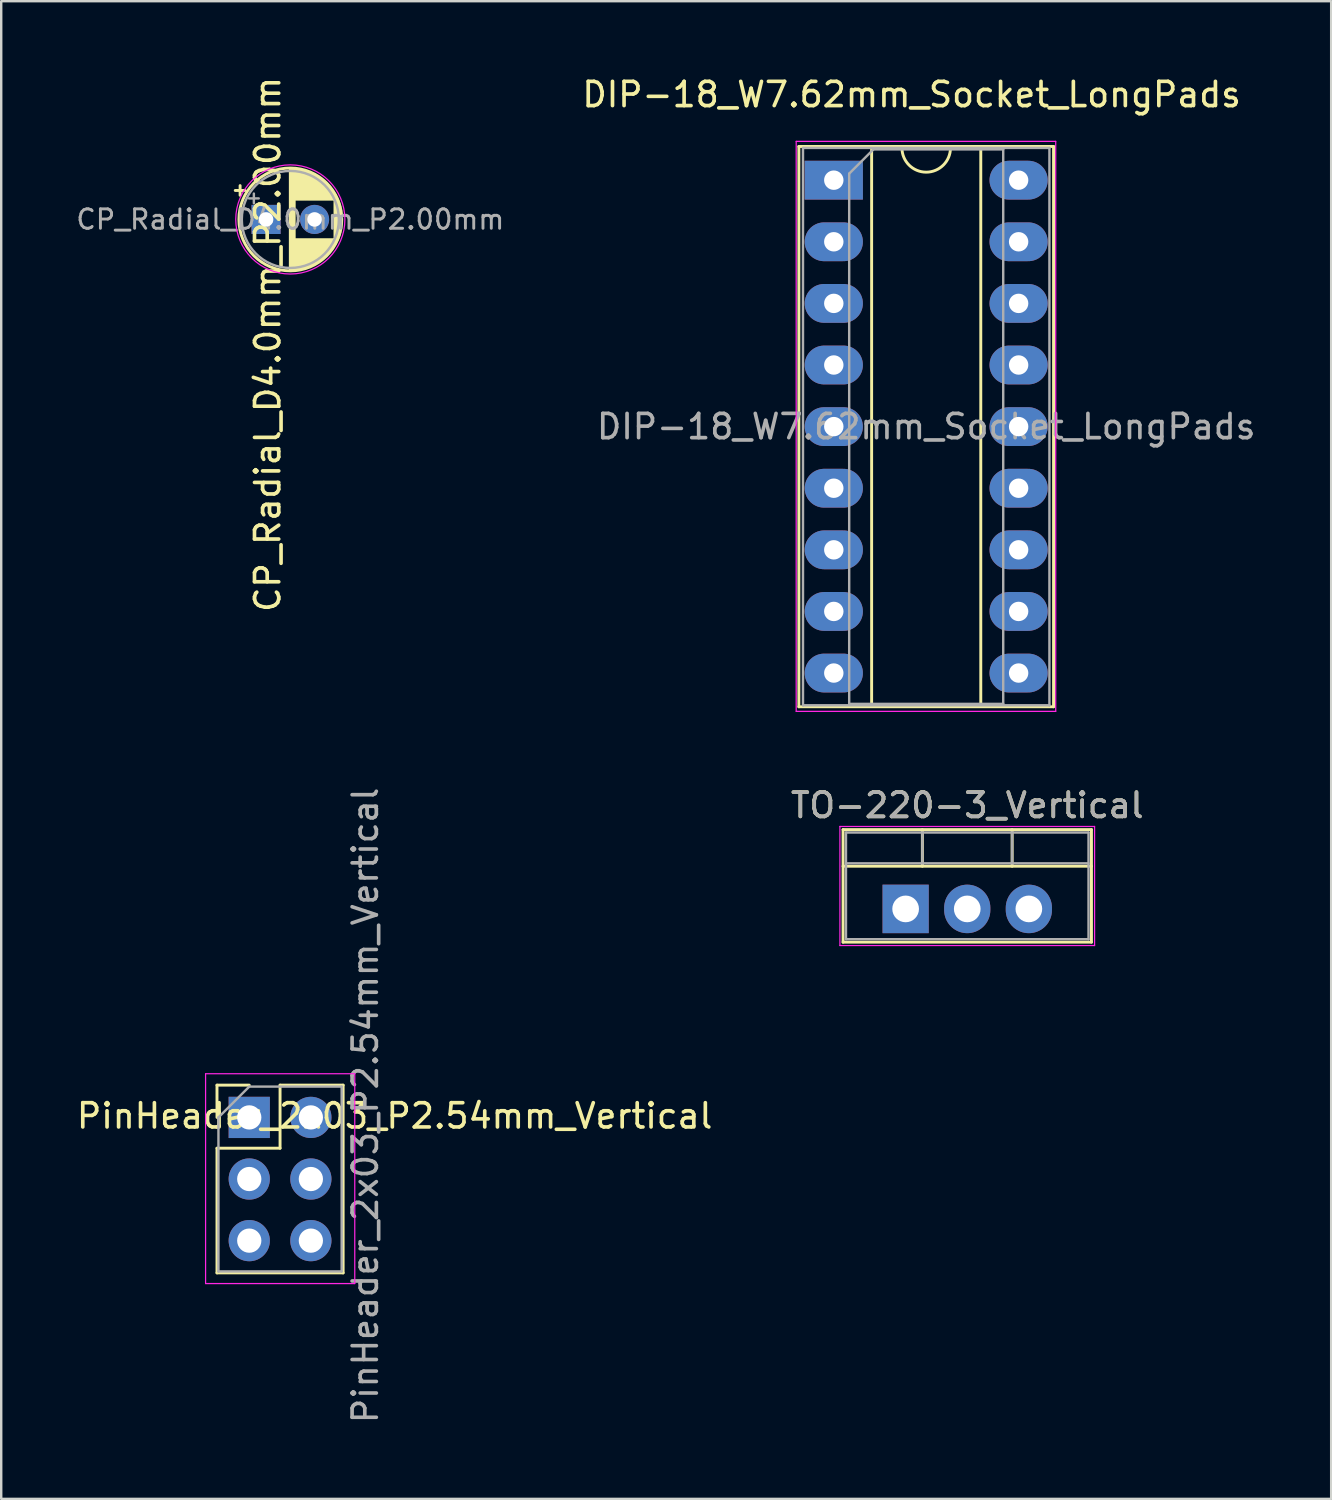
<source format=kicad_pcb>
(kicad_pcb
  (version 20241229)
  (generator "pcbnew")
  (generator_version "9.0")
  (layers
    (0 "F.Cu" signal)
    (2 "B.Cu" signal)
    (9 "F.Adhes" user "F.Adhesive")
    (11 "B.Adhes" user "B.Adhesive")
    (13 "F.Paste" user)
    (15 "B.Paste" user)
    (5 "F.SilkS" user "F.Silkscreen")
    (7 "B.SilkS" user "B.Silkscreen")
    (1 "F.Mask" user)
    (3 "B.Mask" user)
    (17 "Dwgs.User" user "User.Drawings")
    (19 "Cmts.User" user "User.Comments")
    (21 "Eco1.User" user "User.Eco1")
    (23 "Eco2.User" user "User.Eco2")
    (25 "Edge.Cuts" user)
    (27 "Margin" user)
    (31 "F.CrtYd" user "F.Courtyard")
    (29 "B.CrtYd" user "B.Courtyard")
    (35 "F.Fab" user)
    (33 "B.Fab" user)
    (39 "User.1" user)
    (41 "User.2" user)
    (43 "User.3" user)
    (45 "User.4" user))
  (footprint "CP_Radial_D4.0mm_P2.00mm"
    (layer "F.Cu")
    (at 7.919 5.997)
    (property "Reference" "CP_Radial_D4.0mm_P2.00mm" (at 0.068 5.152 90) (layer "F.SilkS") (effects (font (size 1 1) (thickness 0.15))))
    (attr through_hole)
    (fp_line (start -1.27 -1.195) (end -0.87 -1.195) (stroke (width 0.12) (type solid)) (layer "F.SilkS"))
    (fp_line (start -1.07 -1.395) (end -1.07 -0.995) (stroke (width 0.12) (type solid)) (layer "F.SilkS"))
    (fp_line (start 1 -2.08) (end 1 2.08) (stroke (width 0.12) (type solid)) (layer "F.SilkS"))
    (fp_line (start 1.04 -2.08) (end 1.04 2.08) (stroke (width 0.12) (type solid)) (layer "F.SilkS"))
    (fp_line (start 1.08 -2.079) (end 1.08 2.079) (stroke (width 0.12) (type solid)) (layer "F.SilkS"))
    (fp_line (start 1.12 -2.077) (end 1.12 2.077) (stroke (width 0.12) (type solid)) (layer "F.SilkS"))
    (fp_line (start 1.16 -2.074) (end 1.16 2.074) (stroke (width 0.12) (type solid)) (layer "F.SilkS"))
    (fp_line (start 1.2 -2.071) (end 1.2 -0.84) (stroke (width 0.12) (type solid)) (layer "F.SilkS"))
    (fp_line (start 1.2 0.84) (end 1.2 2.071) (stroke (width 0.12) (type solid)) (layer "F.SilkS"))
    (fp_line (start 1.24 -2.067) (end 1.24 -0.84) (stroke (width 0.12) (type solid)) (layer "F.SilkS"))
    (fp_line (start 1.24 0.84) (end 1.24 2.067) (stroke (width 0.12) (type solid)) (layer "F.SilkS"))
    (fp_line (start 1.28 -2.062) (end 1.28 -0.84) (stroke (width 0.12) (type solid)) (layer "F.SilkS"))
    (fp_line (start 1.28 0.84) (end 1.28 2.062) (stroke (width 0.12) (type solid)) (layer "F.SilkS"))
    (fp_line (start 1.32 -2.056) (end 1.32 -0.84) (stroke (width 0.12) (type solid)) (layer "F.SilkS"))
    (fp_line (start 1.32 0.84) (end 1.32 2.056) (stroke (width 0.12) (type solid)) (layer "F.SilkS"))
    (fp_line (start 1.36 -2.05) (end 1.36 -0.84) (stroke (width 0.12) (type solid)) (layer "F.SilkS"))
    (fp_line (start 1.36 0.84) (end 1.36 2.05) (stroke (width 0.12) (type solid)) (layer "F.SilkS"))
    (fp_line (start 1.4 -2.042) (end 1.4 -0.84) (stroke (width 0.12) (type solid)) (layer "F.SilkS"))
    (fp_line (start 1.4 0.84) (end 1.4 2.042) (stroke (width 0.12) (type solid)) (layer "F.SilkS"))
    (fp_line (start 1.44 -2.034) (end 1.44 -0.84) (stroke (width 0.12) (type solid)) (layer "F.SilkS"))
    (fp_line (start 1.44 0.84) (end 1.44 2.034) (stroke (width 0.12) (type solid)) (layer "F.SilkS"))
    (fp_line (start 1.48 -2.025) (end 1.48 -0.84) (stroke (width 0.12) (type solid)) (layer "F.SilkS"))
    (fp_line (start 1.48 0.84) (end 1.48 2.025) (stroke (width 0.12) (type solid)) (layer "F.SilkS"))
    (fp_line (start 1.52 -2.016) (end 1.52 -0.84) (stroke (width 0.12) (type solid)) (layer "F.SilkS"))
    (fp_line (start 1.52 0.84) (end 1.52 2.016) (stroke (width 0.12) (type solid)) (layer "F.SilkS"))
    (fp_line (start 1.56 -2.005) (end 1.56 -0.84) (stroke (width 0.12) (type solid)) (layer "F.SilkS"))
    (fp_line (start 1.56 0.84) (end 1.56 2.005) (stroke (width 0.12) (type solid)) (layer "F.SilkS"))
    (fp_line (start 1.6 -1.994) (end 1.6 -0.84) (stroke (width 0.12) (type solid)) (layer "F.SilkS"))
    (fp_line (start 1.6 0.84) (end 1.6 1.994) (stroke (width 0.12) (type solid)) (layer "F.SilkS"))
    (fp_line (start 1.64 -1.982) (end 1.64 -0.84) (stroke (width 0.12) (type solid)) (layer "F.SilkS"))
    (fp_line (start 1.64 0.84) (end 1.64 1.982) (stroke (width 0.12) (type solid)) (layer "F.SilkS"))
    (fp_line (start 1.68 -1.968) (end 1.68 -0.84) (stroke (width 0.12) (type solid)) (layer "F.SilkS"))
    (fp_line (start 1.68 0.84) (end 1.68 1.968) (stroke (width 0.12) (type solid)) (layer "F.SilkS"))
    (fp_line (start 1.721 -1.954) (end 1.721 -0.84) (stroke (width 0.12) (type solid)) (layer "F.SilkS"))
    (fp_line (start 1.721 0.84) (end 1.721 1.954) (stroke (width 0.12) (type solid)) (layer "F.SilkS"))
    (fp_line (start 1.761 -1.94) (end 1.761 -0.84) (stroke (width 0.12) (type solid)) (layer "F.SilkS"))
    (fp_line (start 1.761 0.84) (end 1.761 1.94) (stroke (width 0.12) (type solid)) (layer "F.SilkS"))
    (fp_line (start 1.801 -1.924) (end 1.801 -0.84) (stroke (width 0.12) (type solid)) (layer "F.SilkS"))
    (fp_line (start 1.801 0.84) (end 1.801 1.924) (stroke (width 0.12) (type solid)) (layer "F.SilkS"))
    (fp_line (start 1.841 -1.907) (end 1.841 -0.84) (stroke (width 0.12) (type solid)) (layer "F.SilkS"))
    (fp_line (start 1.841 0.84) (end 1.841 1.907) (stroke (width 0.12) (type solid)) (layer "F.SilkS"))
    (fp_line (start 1.881 -1.889) (end 1.881 -0.84) (stroke (width 0.12) (type solid)) (layer "F.SilkS"))
    (fp_line (start 1.881 0.84) (end 1.881 1.889) (stroke (width 0.12) (type solid)) (layer "F.SilkS"))
    (fp_line (start 1.921 -1.87) (end 1.921 -0.84) (stroke (width 0.12) (type solid)) (layer "F.SilkS"))
    (fp_line (start 1.921 0.84) (end 1.921 1.87) (stroke (width 0.12) (type solid)) (layer "F.SilkS"))
    (fp_line (start 1.961 -1.851) (end 1.961 -0.84) (stroke (width 0.12) (type solid)) (layer "F.SilkS"))
    (fp_line (start 1.961 0.84) (end 1.961 1.851) (stroke (width 0.12) (type solid)) (layer "F.SilkS"))
    (fp_line (start 2.001 -1.83) (end 2.001 -0.84) (stroke (width 0.12) (type solid)) (layer "F.SilkS"))
    (fp_line (start 2.001 0.84) (end 2.001 1.83) (stroke (width 0.12) (type solid)) (layer "F.SilkS"))
    (fp_line (start 2.041 -1.808) (end 2.041 -0.84) (stroke (width 0.12) (type solid)) (layer "F.SilkS"))
    (fp_line (start 2.041 0.84) (end 2.041 1.808) (stroke (width 0.12) (type solid)) (layer "F.SilkS"))
    (fp_line (start 2.081 -1.785) (end 2.081 -0.84) (stroke (width 0.12) (type solid)) (layer "F.SilkS"))
    (fp_line (start 2.081 0.84) (end 2.081 1.785) (stroke (width 0.12) (type solid)) (layer "F.SilkS"))
    (fp_line (start 2.121 -1.76) (end 2.121 -0.84) (stroke (width 0.12) (type solid)) (layer "F.SilkS"))
    (fp_line (start 2.121 0.84) (end 2.121 1.76) (stroke (width 0.12) (type solid)) (layer "F.SilkS"))
    (fp_line (start 2.161 -1.735) (end 2.161 -0.84) (stroke (width 0.12) (type solid)) (layer "F.SilkS"))
    (fp_line (start 2.161 0.84) (end 2.161 1.735) (stroke (width 0.12) (type solid)) (layer "F.SilkS"))
    (fp_line (start 2.201 -1.708) (end 2.201 -0.84) (stroke (width 0.12) (type solid)) (layer "F.SilkS"))
    (fp_line (start 2.201 0.84) (end 2.201 1.708) (stroke (width 0.12) (type solid)) (layer "F.SilkS"))
    (fp_line (start 2.241 -1.68) (end 2.241 -0.84) (stroke (width 0.12) (type solid)) (layer "F.SilkS"))
    (fp_line (start 2.241 0.84) (end 2.241 1.68) (stroke (width 0.12) (type solid)) (layer "F.SilkS"))
    (fp_line (start 2.281 -1.65) (end 2.281 -0.84) (stroke (width 0.12) (type solid)) (layer "F.SilkS"))
    (fp_line (start 2.281 0.84) (end 2.281 1.65) (stroke (width 0.12) (type solid)) (layer "F.SilkS"))
    (fp_line (start 2.321 -1.619) (end 2.321 -0.84) (stroke (width 0.12) (type solid)) (layer "F.SilkS"))
    (fp_line (start 2.321 0.84) (end 2.321 1.619) (stroke (width 0.12) (type solid)) (layer "F.SilkS"))
    (fp_line (start 2.361 -1.587) (end 2.361 -0.84) (stroke (width 0.12) (type solid)) (layer "F.SilkS"))
    (fp_line (start 2.361 0.84) (end 2.361 1.587) (stroke (width 0.12) (type solid)) (layer "F.SilkS"))
    (fp_line (start 2.401 -1.552) (end 2.401 -0.84) (stroke (width 0.12) (type solid)) (layer "F.SilkS"))
    (fp_line (start 2.401 0.84) (end 2.401 1.552) (stroke (width 0.12) (type solid)) (layer "F.SilkS"))
    (fp_line (start 2.441 -1.516) (end 2.441 -0.84) (stroke (width 0.12) (type solid)) (layer "F.SilkS"))
    (fp_line (start 2.441 0.84) (end 2.441 1.516) (stroke (width 0.12) (type solid)) (layer "F.SilkS"))
    (fp_line (start 2.481 -1.478) (end 2.481 -0.84) (stroke (width 0.12) (type solid)) (layer "F.SilkS"))
    (fp_line (start 2.481 0.84) (end 2.481 1.478) (stroke (width 0.12) (type solid)) (layer "F.SilkS"))
    (fp_line (start 2.521 -1.438) (end 2.521 -0.84) (stroke (width 0.12) (type solid)) (layer "F.SilkS"))
    (fp_line (start 2.521 0.84) (end 2.521 1.438) (stroke (width 0.12) (type solid)) (layer "F.SilkS"))
    (fp_line (start 2.561 -1.396) (end 2.561 -0.84) (stroke (width 0.12) (type solid)) (layer "F.SilkS"))
    (fp_line (start 2.561 0.84) (end 2.561 1.396) (stroke (width 0.12) (type solid)) (layer "F.SilkS"))
    (fp_line (start 2.601 -1.351) (end 2.601 -0.84) (stroke (width 0.12) (type solid)) (layer "F.SilkS"))
    (fp_line (start 2.601 0.84) (end 2.601 1.351) (stroke (width 0.12) (type solid)) (layer "F.SilkS"))
    (fp_line (start 2.641 -1.304) (end 2.641 -0.84) (stroke (width 0.12) (type solid)) (layer "F.SilkS"))
    (fp_line (start 2.641 0.84) (end 2.641 1.304) (stroke (width 0.12) (type solid)) (layer "F.SilkS"))
    (fp_line (start 2.681 -1.254) (end 2.681 -0.84) (stroke (width 0.12) (type solid)) (layer "F.SilkS"))
    (fp_line (start 2.681 0.84) (end 2.681 1.254) (stroke (width 0.12) (type solid)) (layer "F.SilkS"))
    (fp_line (start 2.721 -1.2) (end 2.721 -0.84) (stroke (width 0.12) (type solid)) (layer "F.SilkS"))
    (fp_line (start 2.721 0.84) (end 2.721 1.2) (stroke (width 0.12) (type solid)) (layer "F.SilkS"))
    (fp_line (start 2.761 -1.142) (end 2.761 -0.84) (stroke (width 0.12) (type solid)) (layer "F.SilkS"))
    (fp_line (start 2.761 0.84) (end 2.761 1.142) (stroke (width 0.12) (type solid)) (layer "F.SilkS"))
    (fp_line (start 2.801 -1.08) (end 2.801 -0.84) (stroke (width 0.12) (type solid)) (layer "F.SilkS"))
    (fp_line (start 2.801 0.84) (end 2.801 1.08) (stroke (width 0.12) (type solid)) (layer "F.SilkS"))
    (fp_line (start 2.841 -1.013) (end 2.841 1.013) (stroke (width 0.12) (type solid)) (layer "F.SilkS"))
    (fp_line (start 2.881 -0.94) (end 2.881 0.94) (stroke (width 0.12) (type solid)) (layer "F.SilkS"))
    (fp_line (start 2.921 -0.859) (end 2.921 0.859) (stroke (width 0.12) (type solid)) (layer "F.SilkS"))
    (fp_line (start 2.961 -0.768) (end 2.961 0.768) (stroke (width 0.12) (type solid)) (layer "F.SilkS"))
    (fp_line (start 3.001 -0.664) (end 3.001 0.664) (stroke (width 0.12) (type solid)) (layer "F.SilkS"))
    (fp_line (start 3.041 -0.537) (end 3.041 0.537) (stroke (width 0.12) (type solid)) (layer "F.SilkS"))
    (fp_line (start 3.081 -0.37) (end 3.081 0.37) (stroke (width 0.12) (type solid)) (layer "F.SilkS"))
    (fp_circle (center 1 0) (end 3.12 0) (stroke (width 0.12) (type solid)) (fill no) (layer "F.SilkS"))
    (fp_circle (center 1 0) (end 3.25 0) (stroke (width 0.05) (type solid)) (fill no) (layer "F.CrtYd"))
    (fp_line (start -0.703 -0.868) (end -0.303 -0.868) (stroke (width 0.1) (type solid)) (layer "F.Fab"))
    (fp_line (start -0.503 -1.067) (end -0.503 -0.667) (stroke (width 0.1) (type solid)) (layer "F.Fab"))
    (fp_circle (center 1 0) (end 3 0) (stroke (width 0.1) (type solid)) (fill no) (layer "F.Fab"))
    (fp_text user "${REFERENCE}" (at 1 0 0) (layer "F.Fab") (effects (font (size 0.8 0.8) (thickness 0.12))))
    (pad "1" thru_hole rect (at 0 0) (size 1.2 1.2) (drill 0.6) (layers "*.Cu" "*.Mask"))
    (pad "2" thru_hole circle (at 2 0) (size 1.2 1.2) (drill 0.6) (layers "*.Cu" "*.Mask")))
  (footprint "TO-220-3_Vertical"
    (layer "F.Cu")
    (at 34.287 34.422)
    (property "Reference" "TO-220-3_Vertical" (at 2.54 -4.27 0) (layer "F.SilkS") (effects (font (size 1 1) (thickness 0.15))))
    (attr through_hole)
    (fp_line (start -2.58 -3.27) (end -2.58 1.371) (stroke (width 0.12) (type solid)) (layer "F.SilkS"))
    (fp_line (start -2.58 -3.27) (end 7.66 -3.27) (stroke (width 0.12) (type solid)) (layer "F.SilkS"))
    (fp_line (start -2.58 -1.76) (end 7.66 -1.76) (stroke (width 0.12) (type solid)) (layer "F.SilkS"))
    (fp_line (start -2.58 1.371) (end 7.66 1.371) (stroke (width 0.12) (type solid)) (layer "F.SilkS"))
    (fp_line (start 0.69 -3.27) (end 0.69 -1.76) (stroke (width 0.12) (type solid)) (layer "F.SilkS"))
    (fp_line (start 4.391 -3.27) (end 4.391 -1.76) (stroke (width 0.12) (type solid)) (layer "F.SilkS"))
    (fp_line (start 7.66 -3.27) (end 7.66 1.371) (stroke (width 0.12) (type solid)) (layer "F.SilkS"))
    (fp_line (start -2.71 -3.4) (end -2.71 1.51) (stroke (width 0.05) (type solid)) (layer "F.CrtYd"))
    (fp_line (start -2.71 1.51) (end 7.79 1.51) (stroke (width 0.05) (type solid)) (layer "F.CrtYd"))
    (fp_line (start 7.79 -3.4) (end -2.71 -3.4) (stroke (width 0.05) (type solid)) (layer "F.CrtYd"))
    (fp_line (start 7.79 1.51) (end 7.79 -3.4) (stroke (width 0.05) (type solid)) (layer "F.CrtYd"))
    (fp_line (start -2.46 -3.15) (end -2.46 1.25) (stroke (width 0.1) (type solid)) (layer "F.Fab"))
    (fp_line (start -2.46 -1.88) (end 7.54 -1.88) (stroke (width 0.1) (type solid)) (layer "F.Fab"))
    (fp_line (start -2.46 1.25) (end 7.54 1.25) (stroke (width 0.1) (type solid)) (layer "F.Fab"))
    (fp_line (start 0.69 -3.15) (end 0.69 -1.88) (stroke (width 0.1) (type solid)) (layer "F.Fab"))
    (fp_line (start 4.39 -3.15) (end 4.39 -1.88) (stroke (width 0.1) (type solid)) (layer "F.Fab"))
    (fp_line (start 7.54 -3.15) (end -2.46 -3.15) (stroke (width 0.1) (type solid)) (layer "F.Fab"))
    (fp_line (start 7.54 1.25) (end 7.54 -3.15) (stroke (width 0.1) (type solid)) (layer "F.Fab"))
    (fp_text user "${REFERENCE}" (at 2.54 -4.27 0) (layer "F.Fab") (effects (font (size 1 1) (thickness 0.15))))
    (pad "1" thru_hole rect (at 0 0) (size 1.905 2) (drill 1.1) (layers "*.Cu" "*.Mask"))
    (pad "2" thru_hole oval (at 2.54 0) (size 1.905 2) (drill 1.1) (layers "*.Cu" "*.Mask"))
    (pad "3" thru_hole oval (at 5.08 0) (size 1.905 2) (drill 1.1) (layers "*.Cu" "*.Mask")))
  (footprint "PinHeader_2x03_P2.54mm_Vertical"
    (layer "F.Cu")
    (at 7.226 43.018)
    (property "Reference" "PinHeader_2x03_P2.54mm_Vertical" (at 5.994 -0.062 0) (layer "F.SilkS") (effects (font (size 1 1) (thickness 0.15))))
    (attr through_hole)
    (fp_line (start -1.33 -1.33) (end 0 -1.33) (stroke (width 0.12) (type solid)) (layer "F.SilkS"))
    (fp_line (start -1.33 0) (end -1.33 -1.33) (stroke (width 0.12) (type solid)) (layer "F.SilkS"))
    (fp_line (start -1.33 1.27) (end -1.33 6.41) (stroke (width 0.12) (type solid)) (layer "F.SilkS"))
    (fp_line (start -1.33 1.27) (end 1.27 1.27) (stroke (width 0.12) (type solid)) (layer "F.SilkS"))
    (fp_line (start -1.33 6.41) (end 3.87 6.41) (stroke (width 0.12) (type solid)) (layer "F.SilkS"))
    (fp_line (start 1.27 -1.33) (end 3.87 -1.33) (stroke (width 0.12) (type solid)) (layer "F.SilkS"))
    (fp_line (start 1.27 1.27) (end 1.27 -1.33) (stroke (width 0.12) (type solid)) (layer "F.SilkS"))
    (fp_line (start 3.87 -1.33) (end 3.87 6.41) (stroke (width 0.12) (type solid)) (layer "F.SilkS"))
    (fp_line (start -1.8 -1.8) (end -1.8 6.85) (stroke (width 0.05) (type solid)) (layer "F.CrtYd"))
    (fp_line (start -1.8 6.85) (end 4.35 6.85) (stroke (width 0.05) (type solid)) (layer "F.CrtYd"))
    (fp_line (start 4.35 -1.8) (end -1.8 -1.8) (stroke (width 0.05) (type solid)) (layer "F.CrtYd"))
    (fp_line (start 4.35 6.85) (end 4.35 -1.8) (stroke (width 0.05) (type solid)) (layer "F.CrtYd"))
    (fp_line (start -1.27 0) (end 0 -1.27) (stroke (width 0.1) (type solid)) (layer "F.Fab"))
    (fp_line (start -1.27 6.35) (end -1.27 0) (stroke (width 0.1) (type solid)) (layer "F.Fab"))
    (fp_line (start 0 -1.27) (end 3.81 -1.27) (stroke (width 0.1) (type solid)) (layer "F.Fab"))
    (fp_line (start 3.81 -1.27) (end 3.81 6.35) (stroke (width 0.1) (type solid)) (layer "F.Fab"))
    (fp_line (start 3.81 6.35) (end -1.27 6.35) (stroke (width 0.1) (type solid)) (layer "F.Fab"))
    (fp_text user "${REFERENCE}" (at 4.785 -0.495 90) (layer "F.Fab") (effects (font (size 1 1) (thickness 0.15))))
    (pad "1" thru_hole rect (at 0 0) (size 1.7 1.7) (drill 1) (layers "*.Cu" "*.Mask"))
    (pad "2" thru_hole oval (at 2.54 0) (size 1.7 1.7) (drill 1) (layers "*.Cu" "*.Mask"))
    (pad "3" thru_hole oval (at 0 2.54) (size 1.7 1.7) (drill 1) (layers "*.Cu" "*.Mask"))
    (pad "4" thru_hole oval (at 2.54 2.54) (size 1.7 1.7) (drill 1) (layers "*.Cu" "*.Mask"))
    (pad "5" thru_hole oval (at 0 5.08) (size 1.7 1.7) (drill 1) (layers "*.Cu" "*.Mask"))
    (pad "6" thru_hole oval (at 2.54 5.08) (size 1.7 1.7) (drill 1) (layers "*.Cu" "*.Mask")))
  (footprint "DIP-18_W7.62mm_Socket_LongPads"
    (layer "F.Cu")
    (at 31.325 4.378)
    (property "Reference" "DIP-18_W7.62mm_Socket_LongPads" (at 3.21 -3.53 180) (layer "F.SilkS") (effects (font (size 1 1) (thickness 0.15))))
    (attr through_hole)
    (fp_line (start -1.44 -1.39) (end -1.44 21.71) (stroke (width 0.12) (type solid)) (layer "F.SilkS"))
    (fp_line (start -1.44 21.71) (end 9.06 21.71) (stroke (width 0.12) (type solid)) (layer "F.SilkS"))
    (fp_line (start 1.56 -1.33) (end 1.56 21.65) (stroke (width 0.12) (type solid)) (layer "F.SilkS"))
    (fp_line (start 1.56 21.65) (end 6.06 21.65) (stroke (width 0.12) (type solid)) (layer "F.SilkS"))
    (fp_line (start 2.81 -1.33) (end 1.56 -1.33) (stroke (width 0.12) (type solid)) (layer "F.SilkS"))
    (fp_line (start 6.06 -1.33) (end 4.81 -1.33) (stroke (width 0.12) (type solid)) (layer "F.SilkS"))
    (fp_line (start 6.06 21.65) (end 6.06 -1.33) (stroke (width 0.12) (type solid)) (layer "F.SilkS"))
    (fp_line (start 9.06 -1.39) (end -1.44 -1.39) (stroke (width 0.12) (type solid)) (layer "F.SilkS"))
    (fp_line (start 9.06 21.71) (end 9.06 -1.39) (stroke (width 0.12) (type solid)) (layer "F.SilkS"))
    (fp_arc (start 4.81 -1.33) (mid 3.81 -0.33) (end 2.81 -1.33) (stroke (width 0.12) (type solid)) (layer "F.SilkS"))
    (fp_line (start -1.55 -1.6) (end -1.55 21.9) (stroke (width 0.05) (type solid)) (layer "F.CrtYd"))
    (fp_line (start -1.55 21.9) (end 9.15 21.9) (stroke (width 0.05) (type solid)) (layer "F.CrtYd"))
    (fp_line (start 9.15 -1.6) (end -1.55 -1.6) (stroke (width 0.05) (type solid)) (layer "F.CrtYd"))
    (fp_line (start 9.15 21.9) (end 9.15 -1.6) (stroke (width 0.05) (type solid)) (layer "F.CrtYd"))
    (fp_line (start -1.27 -1.33) (end -1.27 21.65) (stroke (width 0.1) (type solid)) (layer "F.Fab"))
    (fp_line (start -1.27 21.65) (end 8.89 21.65) (stroke (width 0.1) (type solid)) (layer "F.Fab"))
    (fp_line (start 0.635 -0.27) (end 1.635 -1.27) (stroke (width 0.1) (type solid)) (layer "F.Fab"))
    (fp_line (start 0.635 21.59) (end 0.635 -0.27) (stroke (width 0.1) (type solid)) (layer "F.Fab"))
    (fp_line (start 1.635 -1.27) (end 6.985 -1.27) (stroke (width 0.1) (type solid)) (layer "F.Fab"))
    (fp_line (start 6.985 -1.27) (end 6.985 21.59) (stroke (width 0.1) (type solid)) (layer "F.Fab"))
    (fp_line (start 6.985 21.59) (end 0.635 21.59) (stroke (width 0.1) (type solid)) (layer "F.Fab"))
    (fp_line (start 8.89 -1.33) (end -1.27 -1.33) (stroke (width 0.1) (type solid)) (layer "F.Fab"))
    (fp_line (start 8.89 21.65) (end 8.89 -1.33) (stroke (width 0.1) (type solid)) (layer "F.Fab"))
    (fp_text user "${REFERENCE}" (at 3.81 10.16 180) (layer "F.Fab") (effects (font (size 1 1) (thickness 0.15))))
    (pad "1" thru_hole rect (at 0 0) (size 2.4 1.6) (drill 0.8) (layers "*.Cu" "*.Mask"))
    (pad "2" thru_hole oval (at 0 2.54) (size 2.4 1.6) (drill 0.8) (layers "*.Cu" "*.Mask"))
    (pad "3" thru_hole oval (at 0 5.08) (size 2.4 1.6) (drill 0.8) (layers "*.Cu" "*.Mask"))
    (pad "4" thru_hole oval (at 0 7.62) (size 2.4 1.6) (drill 0.8) (layers "*.Cu" "*.Mask"))
    (pad "5" thru_hole oval (at 0 10.16) (size 2.4 1.6) (drill 0.8) (layers "*.Cu" "*.Mask"))
    (pad "6" thru_hole oval (at 0 12.7) (size 2.4 1.6) (drill 0.8) (layers "*.Cu" "*.Mask"))
    (pad "7" thru_hole oval (at 0 15.24) (size 2.4 1.6) (drill 0.8) (layers "*.Cu" "*.Mask"))
    (pad "8" thru_hole oval (at 0 17.78) (size 2.4 1.6) (drill 0.8) (layers "*.Cu" "*.Mask"))
    (pad "9" thru_hole oval (at 0 20.32) (size 2.4 1.6) (drill 0.8) (layers "*.Cu" "*.Mask"))
    (pad "10" thru_hole oval (at 7.62 20.32) (size 2.4 1.6) (drill 0.8) (layers "*.Cu" "*.Mask"))
    (pad "11" thru_hole oval (at 7.62 17.78) (size 2.4 1.6) (drill 0.8) (layers "*.Cu" "*.Mask"))
    (pad "12" thru_hole oval (at 7.62 15.24) (size 2.4 1.6) (drill 0.8) (layers "*.Cu" "*.Mask"))
    (pad "13" thru_hole oval (at 7.62 12.7) (size 2.4 1.6) (drill 0.8) (layers "*.Cu" "*.Mask"))
    (pad "14" thru_hole oval (at 7.62 10.16) (size 2.4 1.6) (drill 0.8) (layers "*.Cu" "*.Mask"))
    (pad "15" thru_hole oval (at 7.62 7.62) (size 2.4 1.6) (drill 0.8) (layers "*.Cu" "*.Mask"))
    (pad "16" thru_hole oval (at 7.62 5.08) (size 2.4 1.6) (drill 0.8) (layers "*.Cu" "*.Mask"))
    (pad "17" thru_hole oval (at 7.62 2.54) (size 2.4 1.6) (drill 0.8) (layers "*.Cu" "*.Mask"))
    (pad "18" thru_hole oval (at 7.62 0) (size 2.4 1.6) (drill 0.8) (layers "*.Cu" "*.Mask")))
  (gr_rect
    (start -3 -3)
    (end 51.831 58.744)
    (stroke (width 0.1) (type default))
    (fill no)
    (layer "Edge.Cuts")))
</source>
